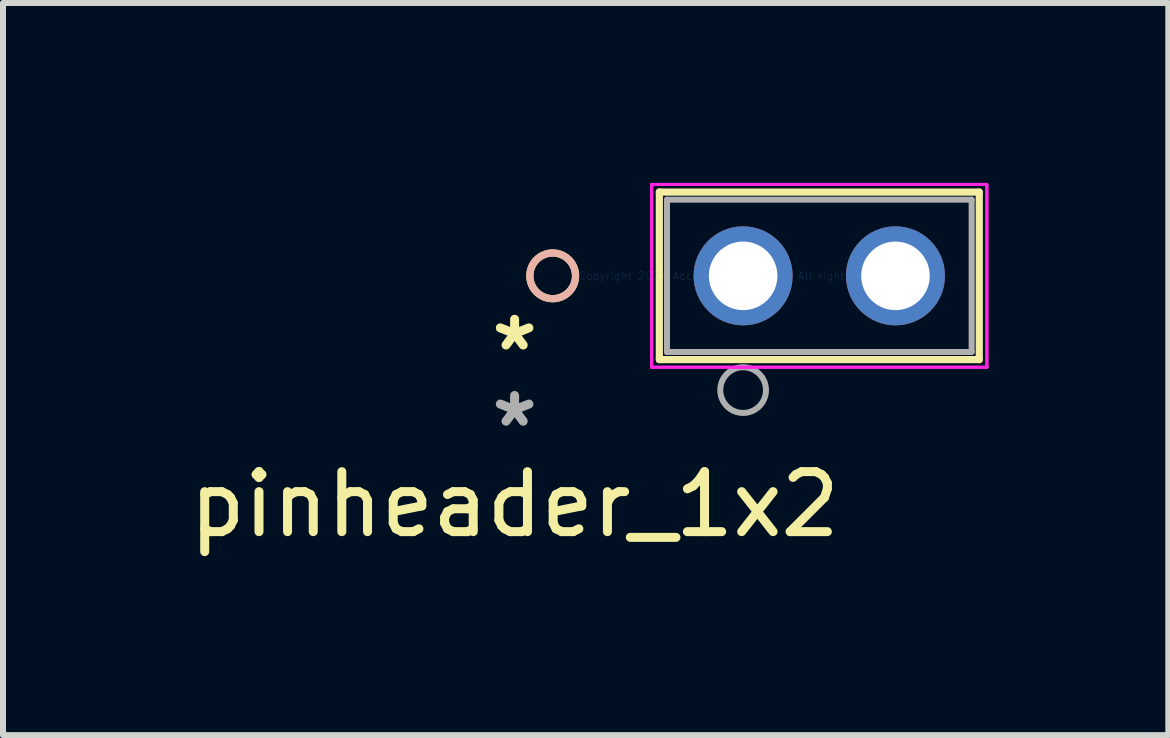
<source format=kicad_pcb>
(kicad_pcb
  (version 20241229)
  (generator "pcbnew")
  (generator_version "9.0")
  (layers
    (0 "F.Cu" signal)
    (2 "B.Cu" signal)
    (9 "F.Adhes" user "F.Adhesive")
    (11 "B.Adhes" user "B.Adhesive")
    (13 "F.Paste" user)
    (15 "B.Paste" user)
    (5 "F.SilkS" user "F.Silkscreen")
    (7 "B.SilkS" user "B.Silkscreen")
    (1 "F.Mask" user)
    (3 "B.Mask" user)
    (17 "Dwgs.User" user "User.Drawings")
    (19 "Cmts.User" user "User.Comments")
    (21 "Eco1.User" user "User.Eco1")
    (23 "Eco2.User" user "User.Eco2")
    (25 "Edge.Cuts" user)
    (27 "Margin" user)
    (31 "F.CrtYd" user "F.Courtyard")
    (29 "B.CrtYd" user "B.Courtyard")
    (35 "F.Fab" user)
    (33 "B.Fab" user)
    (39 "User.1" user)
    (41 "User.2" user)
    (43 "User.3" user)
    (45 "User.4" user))
  (footprint "pinheader_1x2"
    (layer "F.Cu")
    (at 9.34 1.549)
    (property "Reference" "pinheader_1x2" (at -3.81 3.81 0) (layer "F.SilkS") (effects (font (size 1 1) (thickness 0.15))))
    (attr through_hole)
    (fp_line (start -1.397 -1.397) (end -1.397 1.397) (stroke (width 0.12) (type solid)) (layer "F.SilkS"))
    (fp_line (start -1.397 1.397) (end 3.937 1.397) (stroke (width 0.12) (type solid)) (layer "F.SilkS"))
    (fp_line (start 3.937 -1.397) (end -1.397 -1.397) (stroke (width 0.12) (type solid)) (layer "F.SilkS"))
    (fp_line (start 3.937 1.397) (end 3.937 -1.397) (stroke (width 0.12) (type solid)) (layer "F.SilkS"))
    (fp_circle (center -3.175 0) (end -2.794 0) (stroke (width 0.12) (type solid)) (fill no) (layer "F.SilkS"))
    (fp_circle (center -3.175 0) (end -2.794 0) (stroke (width 0.12) (type solid)) (fill no) (layer "B.SilkS"))
    (fp_line (start -1.524 -1.524) (end -1.524 1.524) (stroke (width 0.05) (type solid)) (layer "F.CrtYd"))
    (fp_line (start -1.524 -1.524) (end -1.524 1.524) (stroke (width 0.05) (type solid)) (layer "F.CrtYd"))
    (fp_line (start -1.524 1.524) (end 4.064 1.524) (stroke (width 0.05) (type solid)) (layer "F.CrtYd"))
    (fp_line (start -1.524 1.524) (end 4.064 1.524) (stroke (width 0.05) (type solid)) (layer "F.CrtYd"))
    (fp_line (start 4.064 -1.524) (end -1.524 -1.524) (stroke (width 0.05) (type solid)) (layer "F.CrtYd"))
    (fp_line (start 4.064 -1.524) (end -1.524 -1.524) (stroke (width 0.05) (type solid)) (layer "F.CrtYd"))
    (fp_line (start 4.064 1.524) (end 4.064 -1.524) (stroke (width 0.05) (type solid)) (layer "F.CrtYd"))
    (fp_line (start 4.064 1.524) (end 4.064 -1.524) (stroke (width 0.05) (type solid)) (layer "F.CrtYd"))
    (fp_line (start -1.27 -1.27) (end -1.27 1.27) (stroke (width 0.1) (type solid)) (layer "F.Fab"))
    (fp_line (start -1.27 1.27) (end 3.81 1.27) (stroke (width 0.1) (type solid)) (layer "F.Fab"))
    (fp_line (start 3.81 -1.27) (end -1.27 -1.27) (stroke (width 0.1) (type solid)) (layer "F.Fab"))
    (fp_line (start 3.81 1.27) (end 3.81 -1.27) (stroke (width 0.1) (type solid)) (layer "F.Fab"))
    (fp_circle (center 0 1.905) (end 0.381 1.905) (stroke (width 0.1) (type solid)) (fill no) (layer "F.Fab"))
    (fp_text user "*" (at -3.81 1.27 0) (layer "F.SilkS") (effects (font (size 1 1) (thickness 0.15))))
    (fp_text user "Copyright 2021 Accelerated Designs. All rights reserved." (at 0 0 0) (layer "Cmts.User") (effects (font (size 0.127 0.127) (thickness 0.002))))
    (fp_text user "*" (at -3.81 2.54 0) (layer "F.Fab") (effects (font (size 1 1) (thickness 0.15))))
    (pad "1" thru_hole circle (at 0 0) (size 1.651 1.651) (drill 1.143) (layers "*.Cu" "*.Mask"))
    (pad "2" thru_hole circle (at 2.54 0) (size 1.651 1.651) (drill 1.143) (layers "*.Cu" "*.Mask")))
  (gr_rect
    (start -3 -3)
    (end 16.429 9.207)
    (stroke (width 0.1) (type default))
    (fill no)
    (layer "Edge.Cuts")))
</source>
